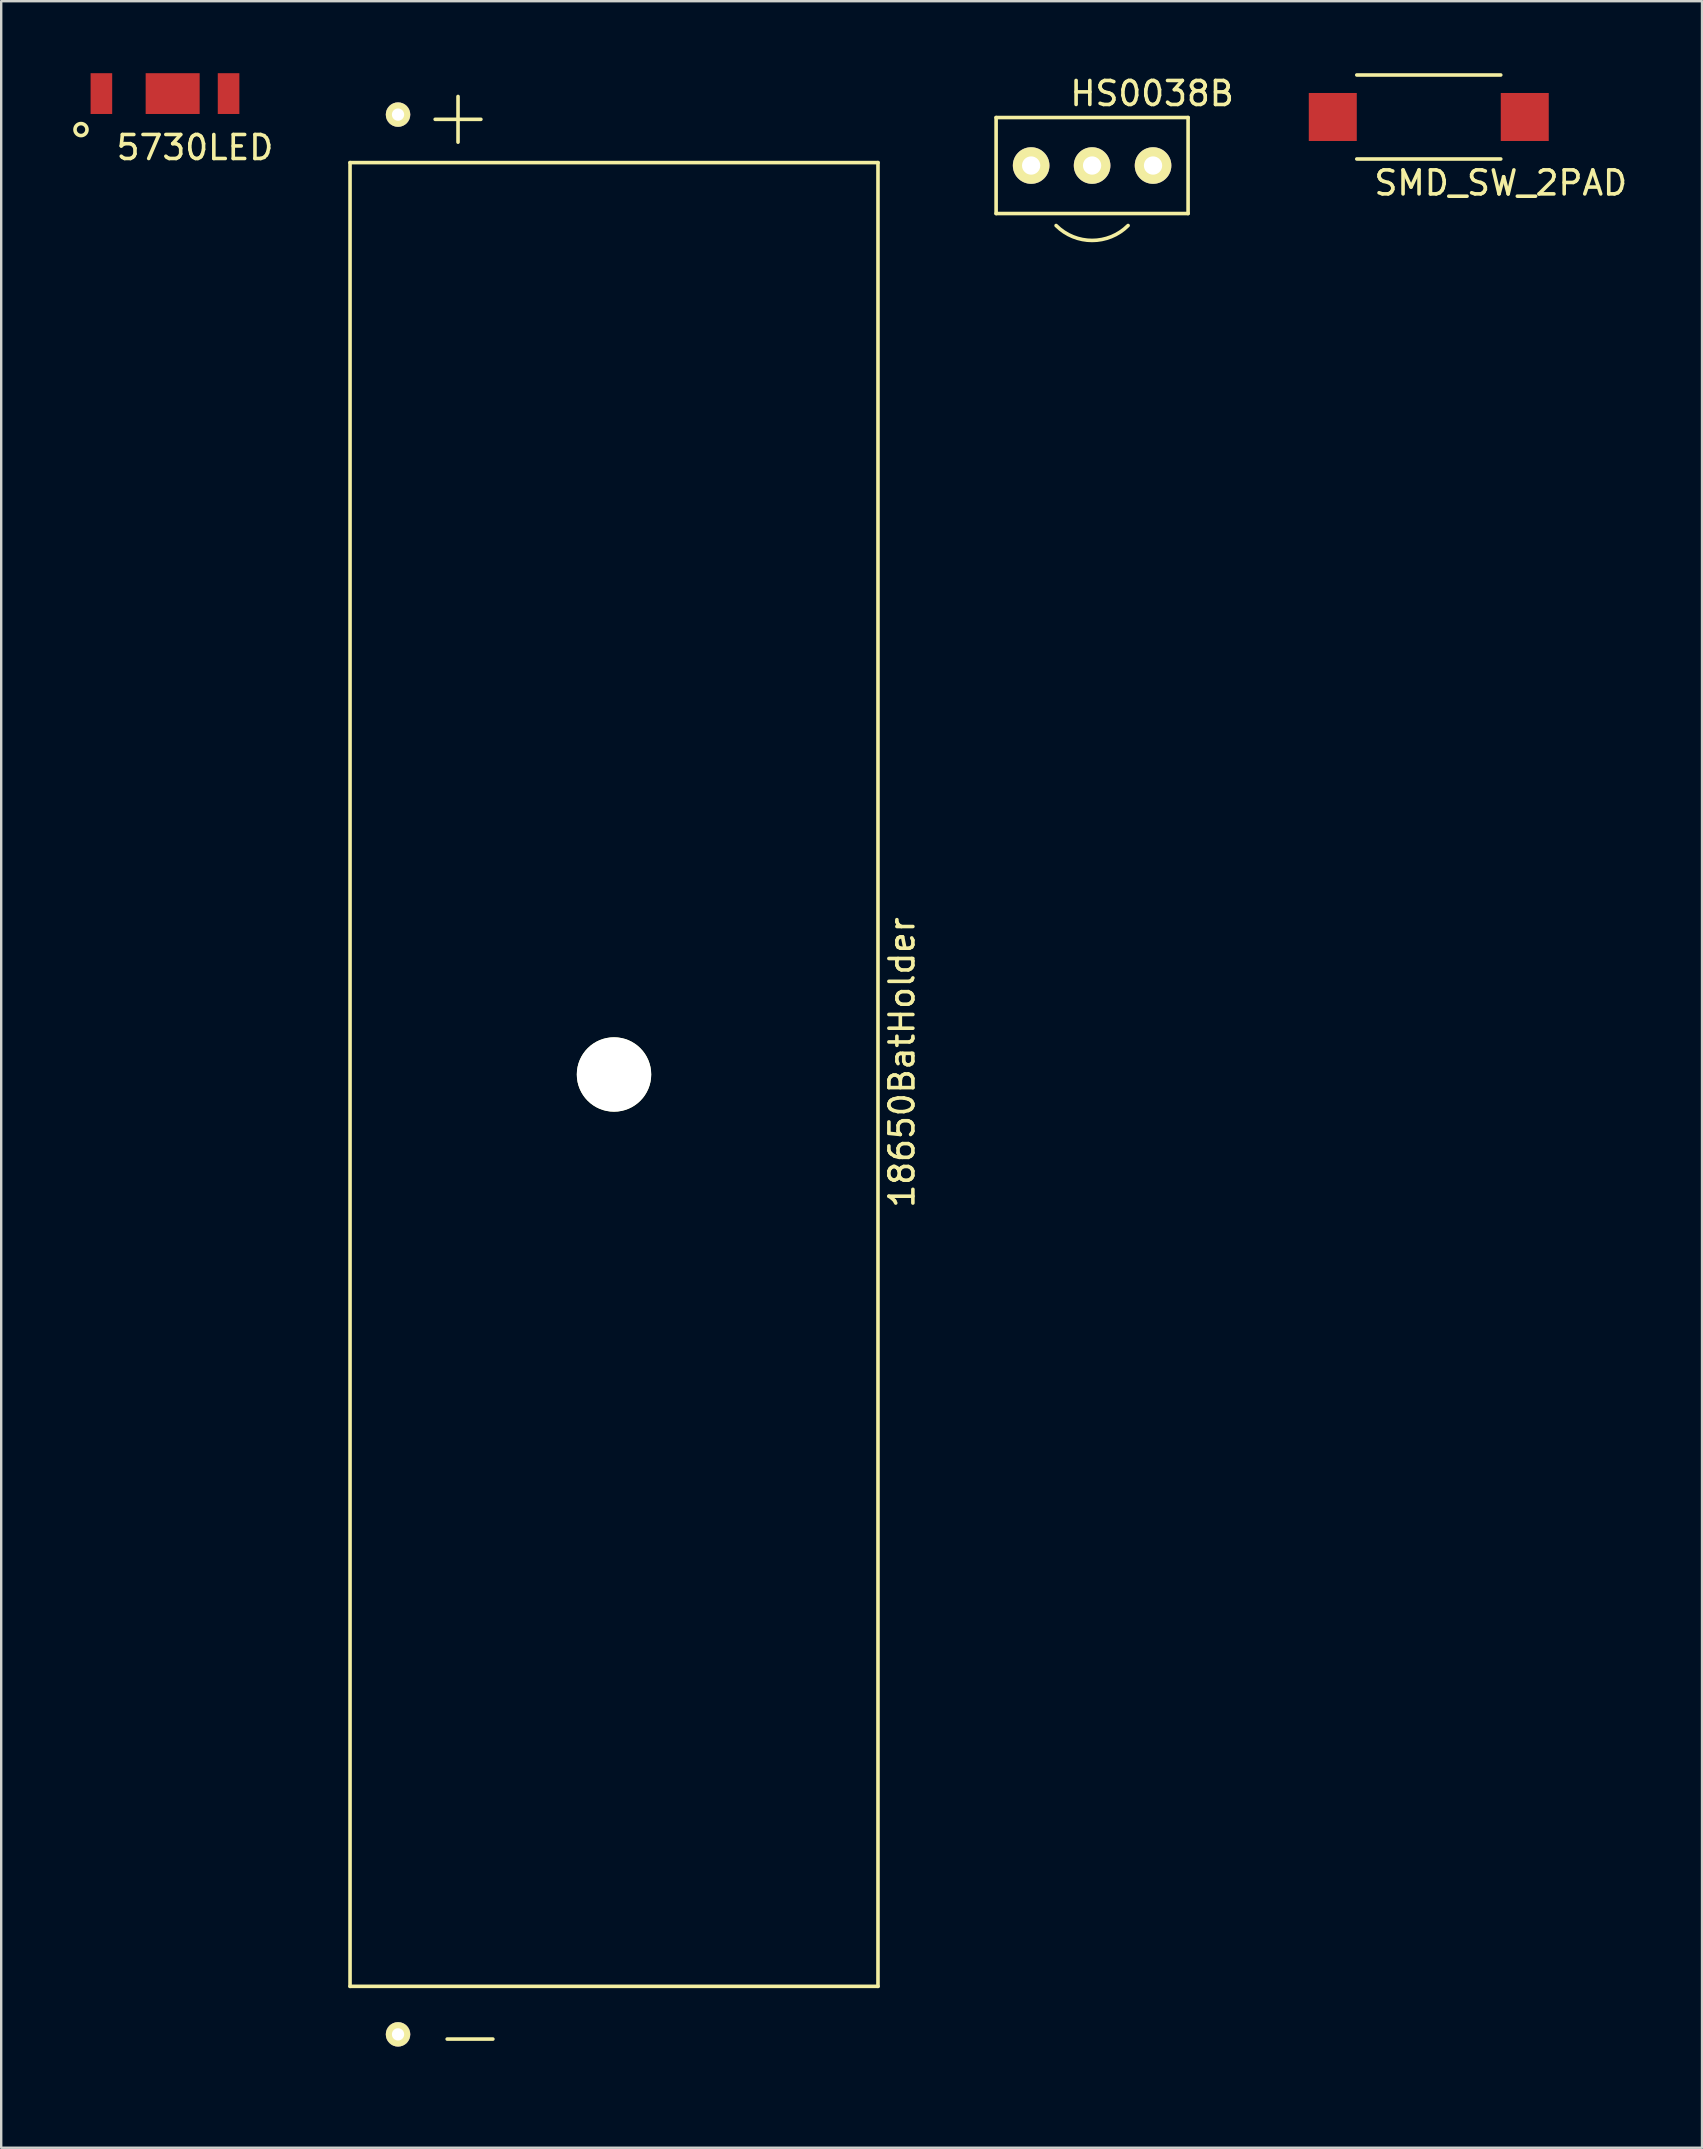
<source format=kicad_pcb>
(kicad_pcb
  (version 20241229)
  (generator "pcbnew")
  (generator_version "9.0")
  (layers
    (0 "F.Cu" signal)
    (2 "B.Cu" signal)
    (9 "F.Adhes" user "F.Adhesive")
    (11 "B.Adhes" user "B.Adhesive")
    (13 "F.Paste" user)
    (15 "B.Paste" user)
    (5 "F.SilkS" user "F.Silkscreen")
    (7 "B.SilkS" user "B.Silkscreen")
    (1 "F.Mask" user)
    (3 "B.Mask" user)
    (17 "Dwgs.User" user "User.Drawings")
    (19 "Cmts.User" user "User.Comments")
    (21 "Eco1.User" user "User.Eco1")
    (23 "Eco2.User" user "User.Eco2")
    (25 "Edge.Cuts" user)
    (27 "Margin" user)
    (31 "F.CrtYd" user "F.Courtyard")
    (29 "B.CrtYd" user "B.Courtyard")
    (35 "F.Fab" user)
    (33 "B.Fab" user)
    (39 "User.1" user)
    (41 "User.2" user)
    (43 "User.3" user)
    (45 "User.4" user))
  (footprint "18650BatHolder"
    (layer "F.Cu")
    (at 22.537 41.726)
    (property "Reference" "18650BatHolder" (at 12 -0.5 90) (layer "F.SilkS") (effects (font (size 1 1) (thickness 0.15))))
    (attr through_hole)
    (fp_line (start -11 -38) (end 11 -38) (stroke (width 0.15) (type solid)) (layer "F.SilkS"))
    (fp_line (start -11 38) (end -11 -38) (stroke (width 0.15) (type solid)) (layer "F.SilkS"))
    (fp_line (start 11 -38) (end 11 38) (stroke (width 0.15) (type solid)) (layer "F.SilkS"))
    (fp_line (start 11 38) (end -11 38) (stroke (width 0.15) (type solid)) (layer "F.SilkS"))
    (fp_text user "+" (at -6.5 -40 0) (layer "F.SilkS") (effects (font (size 2.5 2.5) (thickness 0.15))))
    (fp_text user "-" (at -6 40 0) (layer "F.SilkS") (effects (font (size 2.5 2.5) (thickness 0.15))))
    (pad "" np_thru_hole circle (at 0 0) (size 3.1 3.1) (drill 3.1) (layers "*.Cu" "*.Mask" "F.SilkS"))
    (pad "1" thru_hole circle (at -9 40) (size 1.019 1.019) (drill 0.511) (layers "*.Cu" "*.Mask" "F.SilkS"))
    (pad "2" thru_hole circle (at -9 -40) (size 1.019 1.019) (drill 0.511) (layers "*.Cu" "*.Mask" "F.SilkS")))
  (footprint "5730LED"
    (layer "F.Cu")
    (at 3.825 0.85)
    (property "Reference" "5730LED" (at 1.25 2.25 0) (layer "F.SilkS") (effects (font (size 1 1) (thickness 0.15))))
    (attr through_hole)
    (fp_circle (center -3.5 1.5) (end -3.5 1.75) (stroke (width 0.15) (type solid)) (fill no) (layer "F.SilkS"))
    (pad "1" smd rect (at -2.65 0) (size 0.9 1.7) (layers "F.Cu" "F.Mask" "F.Paste"))
    (pad "2" smd rect (at 0.32 0) (size 2.25 1.7) (layers "F.Cu" "F.Mask" "F.Paste"))
    (pad "2" smd rect (at 2.65 0) (size 0.9 1.7) (layers "F.Cu" "F.Mask" "F.Paste")))
  (footprint "HS0038B"
    (layer "F.Cu")
    (at 42.46 3.848)
    (property "Reference" "HS0038B" (at 2.5 -3 0) (layer "F.SilkS") (effects (font (size 1 1) (thickness 0.15))))
    (attr through_hole)
    (fp_line (start -4 -2) (end 4 -2) (stroke (width 0.15) (type solid)) (layer "F.SilkS"))
    (fp_line (start -4 2) (end -4 -2) (stroke (width 0.15) (type solid)) (layer "F.SilkS"))
    (fp_line (start 4 -2) (end 4 2) (stroke (width 0.15) (type solid)) (layer "F.SilkS"))
    (fp_line (start 4 2) (end -4 2) (stroke (width 0.15) (type solid)) (layer "F.SilkS"))
    (fp_arc (start 1.5 2.5) (mid 0 3.12132) (end -1.5 2.5) (stroke (width 0.15) (type solid)) (layer "F.SilkS"))
    (pad "1" thru_hole circle (at -2.54 0) (size 1.524 1.524) (drill 0.762) (layers "*.Cu" "*.Mask" "F.SilkS"))
    (pad "2" thru_hole circle (at 0 0) (size 1.524 1.524) (drill 0.762) (layers "*.Cu" "*.Mask" "F.SilkS"))
    (pad "3" thru_hole circle (at 2.54 0) (size 1.524 1.524) (drill 0.762) (layers "*.Cu" "*.Mask" "F.SilkS")))
  (footprint "SMD_SW_2PAD"
    (layer "F.Cu")
    (at 56.49 1.825)
    (property "Reference" "SMD_SW_2PAD" (at 3 2.75 0) (layer "F.SilkS") (effects (font (size 1 1) (thickness 0.15))))
    (attr through_hole)
    (fp_line (start -3 -1.75) (end 3 -1.75) (stroke (width 0.15) (type solid)) (layer "F.SilkS"))
    (fp_line (start -3 1.75) (end 3 1.75) (stroke (width 0.15) (type solid)) (layer "F.SilkS"))
    (pad "1" smd rect (at -4 0) (size 2 2) (layers "F.Cu" "F.Mask" "F.Paste"))
    (pad "2" smd rect (at 4 0) (size 2 2) (layers "F.Cu" "F.Mask" "F.Paste")))
  (gr_rect
    (start -3 -3)
    (end 67.877 86.451)
    (stroke (width 0.1) (type default))
    (fill no)
    (layer "Edge.Cuts")))
</source>
